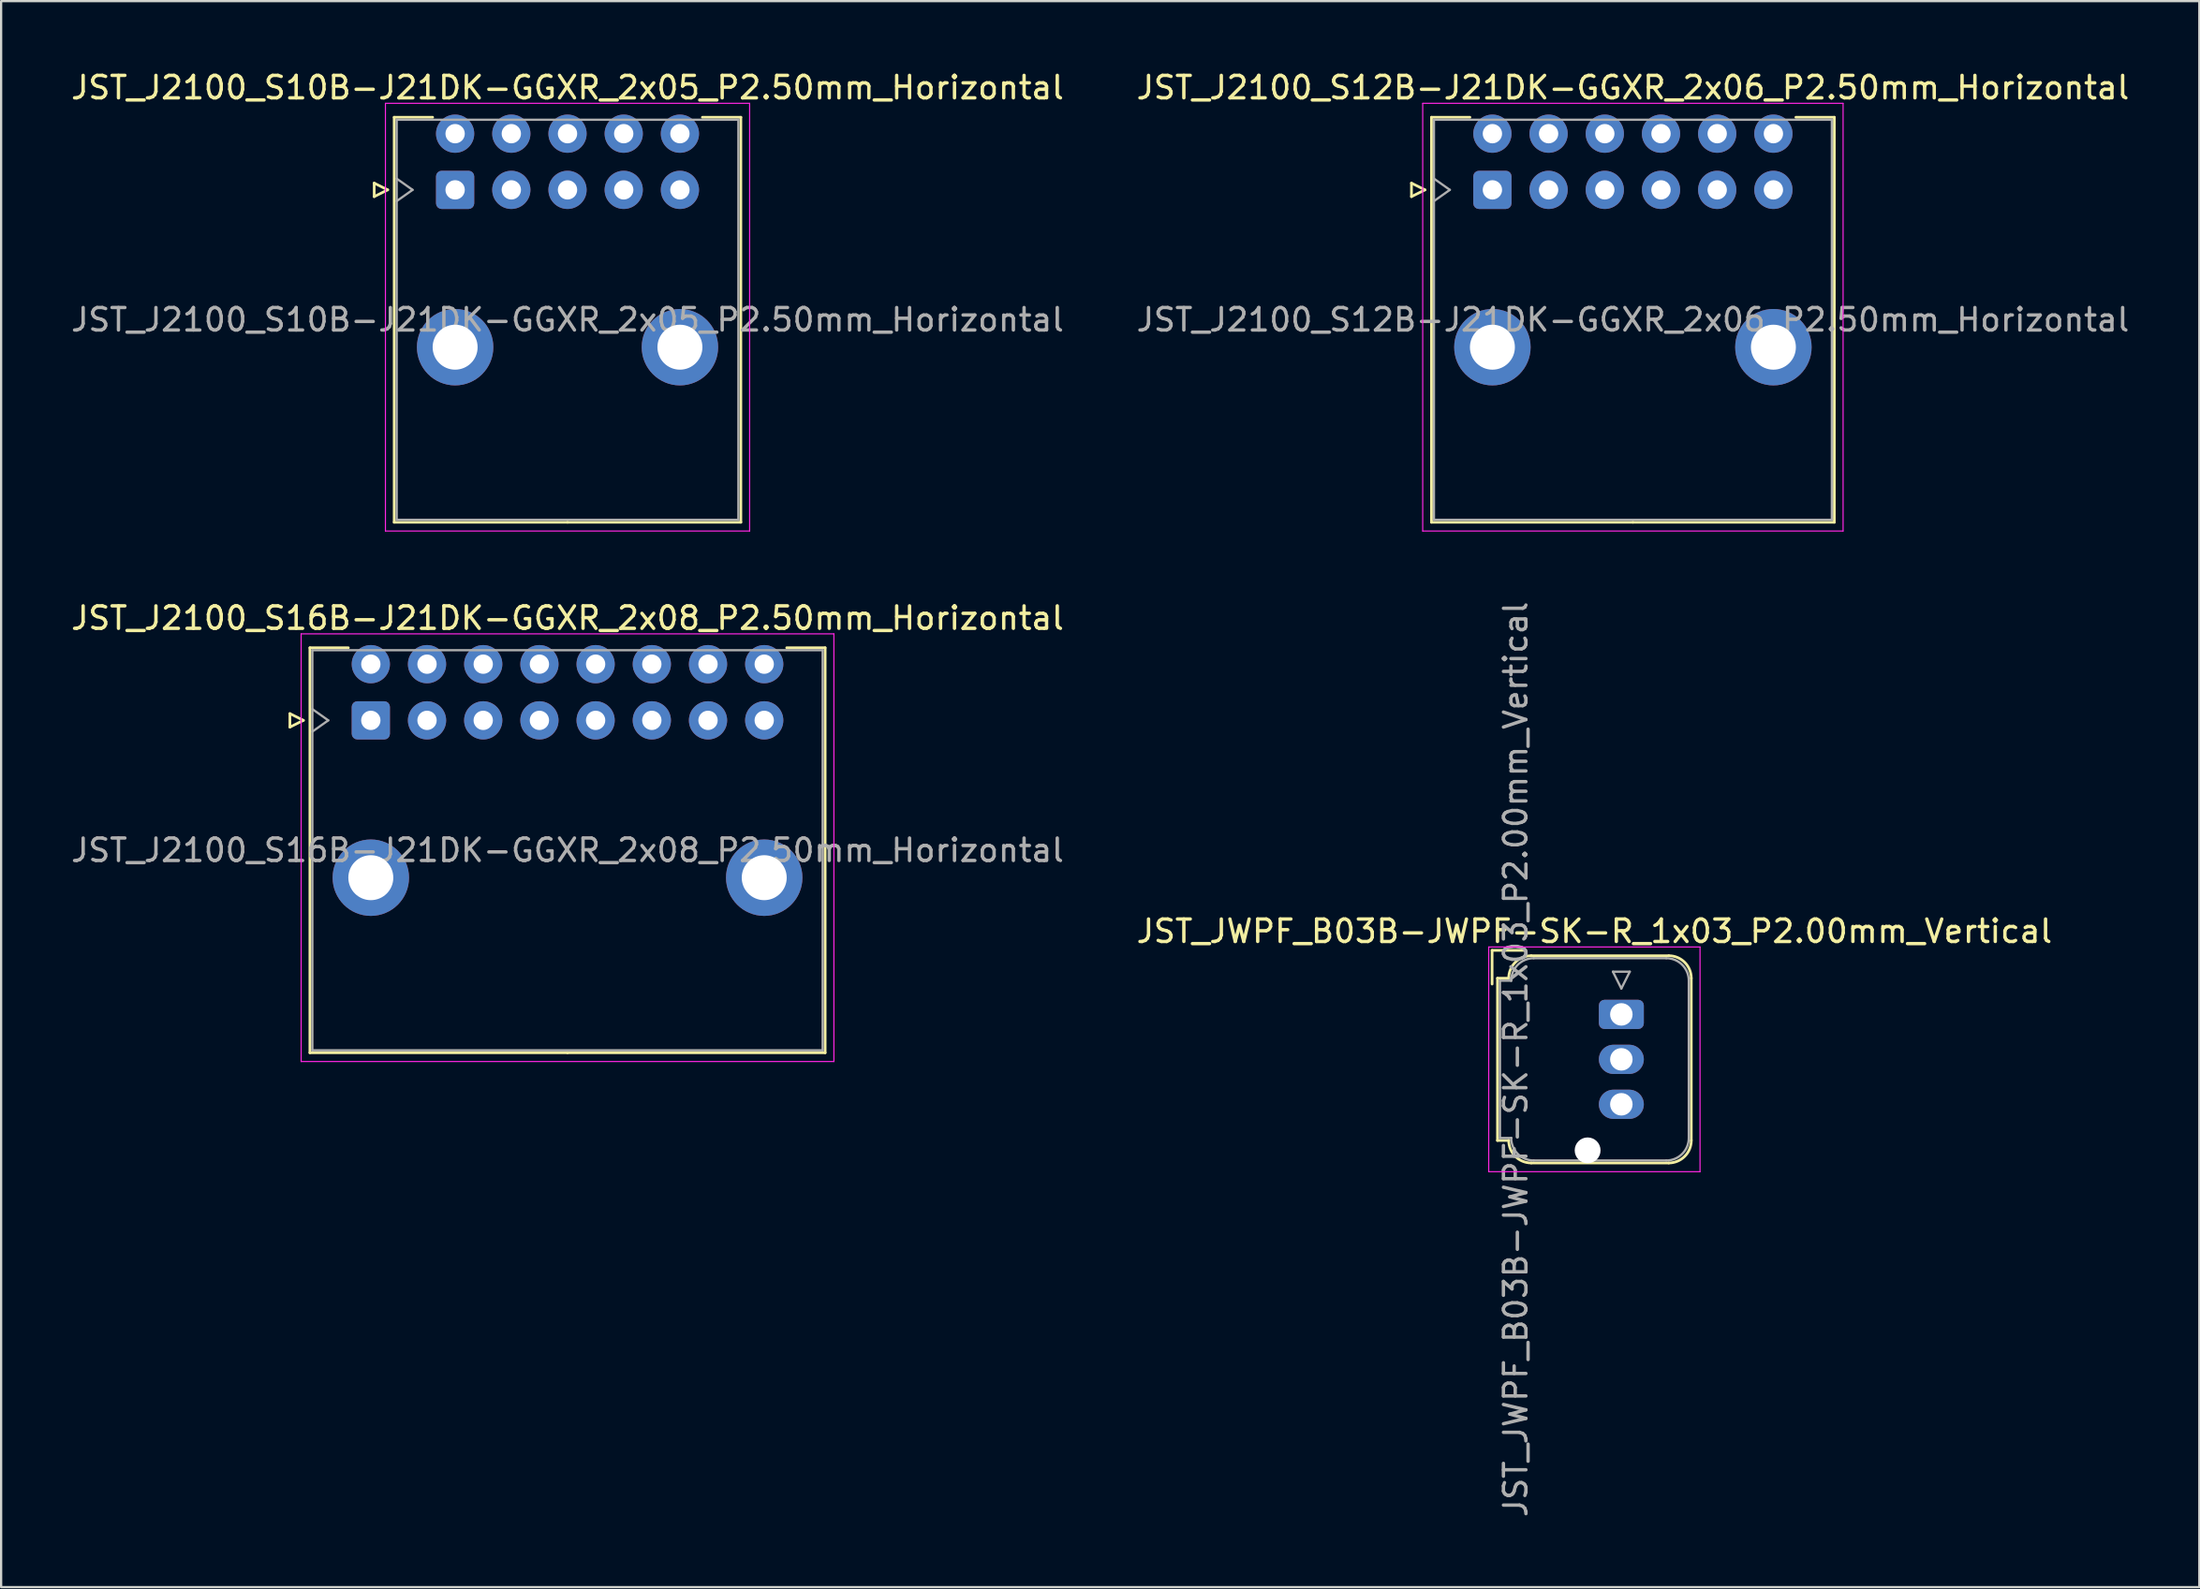
<source format=kicad_pcb>
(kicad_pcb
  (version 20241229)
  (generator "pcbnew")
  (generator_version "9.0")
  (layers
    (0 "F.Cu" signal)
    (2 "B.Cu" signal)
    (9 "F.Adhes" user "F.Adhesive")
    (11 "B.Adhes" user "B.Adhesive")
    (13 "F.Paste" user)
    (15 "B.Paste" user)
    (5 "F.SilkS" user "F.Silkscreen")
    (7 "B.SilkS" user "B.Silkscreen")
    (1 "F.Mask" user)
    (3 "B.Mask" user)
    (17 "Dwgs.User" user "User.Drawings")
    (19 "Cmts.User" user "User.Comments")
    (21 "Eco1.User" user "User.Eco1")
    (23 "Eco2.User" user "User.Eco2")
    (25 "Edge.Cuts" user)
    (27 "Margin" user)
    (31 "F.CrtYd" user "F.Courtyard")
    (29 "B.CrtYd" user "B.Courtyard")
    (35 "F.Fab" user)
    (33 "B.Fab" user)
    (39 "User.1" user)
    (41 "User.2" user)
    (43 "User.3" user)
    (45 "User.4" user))
  (footprint "JST_JWPF_B03B-JWPF-SK-R_1x03_P2.00mm_Vertical"
    (layer "F.Cu")
    (at 69.075 42.085)
    (property "Reference" "JST_JWPF_B03B-JWPF-SK-R_1x03_P2.00mm_Vertical" (at -1.2 -3.7 0) (layer "F.SilkS") (effects (font (size 1 1) (thickness 0.15))))
    (attr through_hole)
    (fp_line (start -5.75 -2.85) (end -4.25 -2.85) (stroke (width 0.12) (type solid)) (layer "F.SilkS"))
    (fp_line (start -5.75 -1.35) (end -5.75 -2.85) (stroke (width 0.12) (type solid)) (layer "F.SilkS"))
    (fp_line (start -5.51 -1.61) (end -5.51 5.61) (stroke (width 0.12) (type solid)) (layer "F.SilkS"))
    (fp_line (start -5.51 5.61) (end -5.01 5.61) (stroke (width 0.12) (type solid)) (layer "F.SilkS"))
    (fp_line (start -5.01 -1.61) (end -5.51 -1.61) (stroke (width 0.12) (type solid)) (layer "F.SilkS"))
    (fp_line (start -5.01 -1.61) (end -5.01 -1.61) (stroke (width 0.12) (type solid)) (layer "F.SilkS"))
    (fp_line (start -5.01 5.61) (end -5.01 5.61) (stroke (width 0.12) (type solid)) (layer "F.SilkS"))
    (fp_line (start -4.01 -2.61) (end 2.11 -2.61) (stroke (width 0.12) (type solid)) (layer "F.SilkS"))
    (fp_line (start -4.01 6.61) (end 2.11 6.61) (stroke (width 0.12) (type solid)) (layer "F.SilkS"))
    (fp_line (start 3.11 -1.61) (end 3.11 5.61) (stroke (width 0.12) (type solid)) (layer "F.SilkS"))
    (fp_arc (start -5.01 -1.61) (mid -4.717107 -2.317107) (end -4.01 -2.61) (stroke (width 0.12) (type solid)) (layer "F.SilkS"))
    (fp_arc (start -4.01 6.61) (mid -4.717107 6.317107) (end -5.01 5.61) (stroke (width 0.12) (type solid)) (layer "F.SilkS"))
    (fp_arc (start 2.11 -2.61) (mid 2.817107 -2.317107) (end 3.11 -1.61) (stroke (width 0.12) (type solid)) (layer "F.SilkS"))
    (fp_arc (start 3.11 5.61) (mid 2.817107 6.317107) (end 2.11 6.61) (stroke (width 0.12) (type solid)) (layer "F.SilkS"))
    (fp_line (start -5.9 -3) (end -5.9 7) (stroke (width 0.05) (type solid)) (layer "F.CrtYd"))
    (fp_line (start -5.9 7) (end 3.5 7) (stroke (width 0.05) (type solid)) (layer "F.CrtYd"))
    (fp_line (start 3.5 -3) (end -5.9 -3) (stroke (width 0.05) (type solid)) (layer "F.CrtYd"))
    (fp_line (start 3.5 7) (end 3.5 -3) (stroke (width 0.05) (type solid)) (layer "F.CrtYd"))
    (fp_line (start -5.4 -1.5) (end -5.4 5.5) (stroke (width 0.1) (type solid)) (layer "F.Fab"))
    (fp_line (start -5.4 5.5) (end -4.9 5.5) (stroke (width 0.1) (type solid)) (layer "F.Fab"))
    (fp_line (start -4.9 -1.5) (end -5.4 -1.5) (stroke (width 0.1) (type solid)) (layer "F.Fab"))
    (fp_line (start -4.9 -1.5) (end -4.9 -1.5) (stroke (width 0.1) (type solid)) (layer "F.Fab"))
    (fp_line (start -4.9 5.5) (end -4.9 5.5) (stroke (width 0.1) (type solid)) (layer "F.Fab"))
    (fp_line (start -3.9 -2.5) (end 2 -2.5) (stroke (width 0.1) (type solid)) (layer "F.Fab"))
    (fp_line (start -3.9 6.5) (end 2 6.5) (stroke (width 0.1) (type solid)) (layer "F.Fab"))
    (fp_line (start -0.375 -1.9) (end 0.375 -1.9) (stroke (width 0.1) (type solid)) (layer "F.Fab"))
    (fp_line (start 0 -1.15) (end -0.375 -1.9) (stroke (width 0.1) (type solid)) (layer "F.Fab"))
    (fp_line (start 0.375 -1.9) (end 0 -1.15) (stroke (width 0.1) (type solid)) (layer "F.Fab"))
    (fp_line (start 3 -1.5) (end 3 5.5) (stroke (width 0.1) (type solid)) (layer "F.Fab"))
    (fp_arc (start -4.9 -1.5) (mid -4.607107 -2.207107) (end -3.9 -2.5) (stroke (width 0.1) (type solid)) (layer "F.Fab"))
    (fp_arc (start -3.9 6.5) (mid -4.607107 6.207107) (end -4.9 5.5) (stroke (width 0.1) (type solid)) (layer "F.Fab"))
    (fp_arc (start 2 -2.5) (mid 2.707107 -2.207107) (end 3 -1.5) (stroke (width 0.1) (type solid)) (layer "F.Fab"))
    (fp_arc (start 3 5.5) (mid 2.707107 6.207107) (end 2 6.5) (stroke (width 0.1) (type solid)) (layer "F.Fab"))
    (fp_text user "${REFERENCE}" (at -4.7 2 90) (layer "F.Fab") (effects (font (size 1 1) (thickness 0.15))))
    (pad "" np_thru_hole circle (at -1.5 6.05) (size 1.15 1.15) (drill 1.15) (layers "*.Cu" "*.Mask"))
    (pad "1" thru_hole roundrect (at 0 0) (size 2 1.3) (drill 1) (layers "*.Cu" "*.Mask") (roundrect_rratio 0.192))
    (pad "2" thru_hole oval (at 0 2) (size 2 1.3) (drill 1) (layers "*.Cu" "*.Mask"))
    (pad "3" thru_hole oval (at 0 4) (size 2 1.3) (drill 1) (layers "*.Cu" "*.Mask")))
  (footprint "JST_J2100_S16B-J21DK-GGXR_2x08_P2.50mm_Horizontal"
    (layer "F.Cu")
    (at 13.446 29.002)
    (property "Reference" "JST_J2100_S16B-J21DK-GGXR_2x08_P2.50mm_Horizontal" (at 8.75 -4.55 0) (layer "F.SilkS") (effects (font (size 1 1) (thickness 0.15))))
    (attr through_hole)
    (fp_line (start -3.6 -0.3) (end -3 0) (stroke (width 0.12) (type solid)) (layer "F.SilkS"))
    (fp_line (start -3.6 0.3) (end -3.6 -0.3) (stroke (width 0.12) (type solid)) (layer "F.SilkS"))
    (fp_line (start -3 0) (end -3.6 0.3) (stroke (width 0.12) (type solid)) (layer "F.SilkS"))
    (fp_line (start -2.71 -3.23) (end -2.71 14.79) (stroke (width 0.12) (type solid)) (layer "F.SilkS"))
    (fp_line (start -2.71 14.79) (end 8.75 14.79) (stroke (width 0.12) (type solid)) (layer "F.SilkS"))
    (fp_line (start -1 -3.23) (end -2.71 -3.23) (stroke (width 0.12) (type solid)) (layer "F.SilkS"))
    (fp_line (start 18.5 -3.23) (end 20.21 -3.23) (stroke (width 0.12) (type solid)) (layer "F.SilkS"))
    (fp_line (start 20.21 -3.23) (end 20.21 14.79) (stroke (width 0.12) (type solid)) (layer "F.SilkS"))
    (fp_line (start 20.21 14.79) (end 8.75 14.79) (stroke (width 0.12) (type solid)) (layer "F.SilkS"))
    (fp_line (start -3.1 -3.85) (end -3.1 15.18) (stroke (width 0.05) (type solid)) (layer "F.CrtYd"))
    (fp_line (start -3.1 15.18) (end 20.6 15.18) (stroke (width 0.05) (type solid)) (layer "F.CrtYd"))
    (fp_line (start 20.6 -3.85) (end -3.1 -3.85) (stroke (width 0.05) (type solid)) (layer "F.CrtYd"))
    (fp_line (start 20.6 15.18) (end 20.6 -3.85) (stroke (width 0.05) (type solid)) (layer "F.CrtYd"))
    (fp_line (start -2.6 -3.12) (end -2.6 14.68) (stroke (width 0.1) (type solid)) (layer "F.Fab"))
    (fp_line (start -2.6 0.5) (end -1.893 0) (stroke (width 0.1) (type solid)) (layer "F.Fab"))
    (fp_line (start -2.6 14.68) (end 20.1 14.68) (stroke (width 0.1) (type solid)) (layer "F.Fab"))
    (fp_line (start -1.893 0) (end -2.6 -0.5) (stroke (width 0.1) (type solid)) (layer "F.Fab"))
    (fp_line (start 20.1 -3.12) (end -2.6 -3.12) (stroke (width 0.1) (type solid)) (layer "F.Fab"))
    (fp_line (start 20.1 14.68) (end 20.1 -3.12) (stroke (width 0.1) (type solid)) (layer "F.Fab"))
    (fp_text user "${REFERENCE}" (at 8.75 5.78 0) (layer "F.Fab") (effects (font (size 1 1) (thickness 0.15))))
    (pad "" thru_hole circle (at 0 7) (size 3.4 3.4) (drill 2) (layers "*.Cu" "*.Mask"))
    (pad "" thru_hole circle (at 17.5 7) (size 3.4 3.4) (drill 2) (layers "*.Cu" "*.Mask"))
    (pad "1" thru_hole roundrect (at 0 0) (size 1.7 1.7) (drill 0.86) (layers "*.Cu" "*.Mask") (roundrect_rratio 0.147))
    (pad "2" thru_hole circle (at 2.5 0) (size 1.7 1.7) (drill 0.86) (layers "*.Cu" "*.Mask"))
    (pad "3" thru_hole circle (at 5 0) (size 1.7 1.7) (drill 0.86) (layers "*.Cu" "*.Mask"))
    (pad "4" thru_hole circle (at 7.5 0) (size 1.7 1.7) (drill 0.86) (layers "*.Cu" "*.Mask"))
    (pad "5" thru_hole circle (at 10 0) (size 1.7 1.7) (drill 0.86) (layers "*.Cu" "*.Mask"))
    (pad "6" thru_hole circle (at 12.5 0) (size 1.7 1.7) (drill 0.86) (layers "*.Cu" "*.Mask"))
    (pad "7" thru_hole circle (at 15 0) (size 1.7 1.7) (drill 0.86) (layers "*.Cu" "*.Mask"))
    (pad "8" thru_hole circle (at 17.5 0) (size 1.7 1.7) (drill 0.86) (layers "*.Cu" "*.Mask"))
    (pad "9" thru_hole circle (at 0 -2.5) (size 1.7 1.7) (drill 0.86) (layers "*.Cu" "*.Mask"))
    (pad "10" thru_hole circle (at 2.5 -2.5) (size 1.7 1.7) (drill 0.86) (layers "*.Cu" "*.Mask"))
    (pad "11" thru_hole circle (at 5 -2.5) (size 1.7 1.7) (drill 0.86) (layers "*.Cu" "*.Mask"))
    (pad "12" thru_hole circle (at 7.5 -2.5) (size 1.7 1.7) (drill 0.86) (layers "*.Cu" "*.Mask"))
    (pad "13" thru_hole circle (at 10 -2.5) (size 1.7 1.7) (drill 0.86) (layers "*.Cu" "*.Mask"))
    (pad "14" thru_hole circle (at 12.5 -2.5) (size 1.7 1.7) (drill 0.86) (layers "*.Cu" "*.Mask"))
    (pad "15" thru_hole circle (at 15 -2.5) (size 1.7 1.7) (drill 0.86) (layers "*.Cu" "*.Mask"))
    (pad "16" thru_hole circle (at 17.5 -2.5) (size 1.7 1.7) (drill 0.86) (layers "*.Cu" "*.Mask")))
  (footprint "JST_J2100_S10B-J21DK-GGXR_2x05_P2.50mm_Horizontal"
    (layer "F.Cu")
    (at 17.196 5.398)
    (property "Reference" "JST_J2100_S10B-J21DK-GGXR_2x05_P2.50mm_Horizontal" (at 5 -4.55 0) (layer "F.SilkS") (effects (font (size 1 1) (thickness 0.15))))
    (attr through_hole)
    (fp_line (start -3.6 -0.3) (end -3 0) (stroke (width 0.12) (type solid)) (layer "F.SilkS"))
    (fp_line (start -3.6 0.3) (end -3.6 -0.3) (stroke (width 0.12) (type solid)) (layer "F.SilkS"))
    (fp_line (start -3 0) (end -3.6 0.3) (stroke (width 0.12) (type solid)) (layer "F.SilkS"))
    (fp_line (start -2.71 -3.23) (end -2.71 14.79) (stroke (width 0.12) (type solid)) (layer "F.SilkS"))
    (fp_line (start -2.71 14.79) (end 5 14.79) (stroke (width 0.12) (type solid)) (layer "F.SilkS"))
    (fp_line (start -1 -3.23) (end -2.71 -3.23) (stroke (width 0.12) (type solid)) (layer "F.SilkS"))
    (fp_line (start 11 -3.23) (end 12.71 -3.23) (stroke (width 0.12) (type solid)) (layer "F.SilkS"))
    (fp_line (start 12.71 -3.23) (end 12.71 14.79) (stroke (width 0.12) (type solid)) (layer "F.SilkS"))
    (fp_line (start 12.71 14.79) (end 5 14.79) (stroke (width 0.12) (type solid)) (layer "F.SilkS"))
    (fp_line (start -3.1 -3.85) (end -3.1 15.18) (stroke (width 0.05) (type solid)) (layer "F.CrtYd"))
    (fp_line (start -3.1 15.18) (end 13.1 15.18) (stroke (width 0.05) (type solid)) (layer "F.CrtYd"))
    (fp_line (start 13.1 -3.85) (end -3.1 -3.85) (stroke (width 0.05) (type solid)) (layer "F.CrtYd"))
    (fp_line (start 13.1 15.18) (end 13.1 -3.85) (stroke (width 0.05) (type solid)) (layer "F.CrtYd"))
    (fp_line (start -2.6 -3.12) (end -2.6 14.68) (stroke (width 0.1) (type solid)) (layer "F.Fab"))
    (fp_line (start -2.6 0.5) (end -1.893 0) (stroke (width 0.1) (type solid)) (layer "F.Fab"))
    (fp_line (start -2.6 14.68) (end 12.6 14.68) (stroke (width 0.1) (type solid)) (layer "F.Fab"))
    (fp_line (start -1.893 0) (end -2.6 -0.5) (stroke (width 0.1) (type solid)) (layer "F.Fab"))
    (fp_line (start 12.6 -3.12) (end -2.6 -3.12) (stroke (width 0.1) (type solid)) (layer "F.Fab"))
    (fp_line (start 12.6 14.68) (end 12.6 -3.12) (stroke (width 0.1) (type solid)) (layer "F.Fab"))
    (fp_text user "${REFERENCE}" (at 5 5.78 0) (layer "F.Fab") (effects (font (size 1 1) (thickness 0.15))))
    (pad "" thru_hole circle (at 0 7) (size 3.4 3.4) (drill 2) (layers "*.Cu" "*.Mask"))
    (pad "" thru_hole circle (at 10 7) (size 3.4 3.4) (drill 2) (layers "*.Cu" "*.Mask"))
    (pad "1" thru_hole roundrect (at 0 0) (size 1.7 1.7) (drill 0.86) (layers "*.Cu" "*.Mask") (roundrect_rratio 0.147))
    (pad "2" thru_hole circle (at 2.5 0) (size 1.7 1.7) (drill 0.86) (layers "*.Cu" "*.Mask"))
    (pad "3" thru_hole circle (at 5 0) (size 1.7 1.7) (drill 0.86) (layers "*.Cu" "*.Mask"))
    (pad "4" thru_hole circle (at 7.5 0) (size 1.7 1.7) (drill 0.86) (layers "*.Cu" "*.Mask"))
    (pad "5" thru_hole circle (at 10 0) (size 1.7 1.7) (drill 0.86) (layers "*.Cu" "*.Mask"))
    (pad "6" thru_hole circle (at 0 -2.5) (size 1.7 1.7) (drill 0.86) (layers "*.Cu" "*.Mask"))
    (pad "7" thru_hole circle (at 2.5 -2.5) (size 1.7 1.7) (drill 0.86) (layers "*.Cu" "*.Mask"))
    (pad "8" thru_hole circle (at 5 -2.5) (size 1.7 1.7) (drill 0.86) (layers "*.Cu" "*.Mask"))
    (pad "9" thru_hole circle (at 7.5 -2.5) (size 1.7 1.7) (drill 0.86) (layers "*.Cu" "*.Mask"))
    (pad "10" thru_hole circle (at 10 -2.5) (size 1.7 1.7) (drill 0.86) (layers "*.Cu" "*.Mask")))
  (footprint "JST_J2100_S12B-J21DK-GGXR_2x06_P2.50mm_Horizontal"
    (layer "F.Cu")
    (at 63.339 5.398)
    (property "Reference" "JST_J2100_S12B-J21DK-GGXR_2x06_P2.50mm_Horizontal" (at 6.25 -4.55 0) (layer "F.SilkS") (effects (font (size 1 1) (thickness 0.15))))
    (attr through_hole)
    (fp_line (start -3.6 -0.3) (end -3 0) (stroke (width 0.12) (type solid)) (layer "F.SilkS"))
    (fp_line (start -3.6 0.3) (end -3.6 -0.3) (stroke (width 0.12) (type solid)) (layer "F.SilkS"))
    (fp_line (start -3 0) (end -3.6 0.3) (stroke (width 0.12) (type solid)) (layer "F.SilkS"))
    (fp_line (start -2.71 -3.23) (end -2.71 14.79) (stroke (width 0.12) (type solid)) (layer "F.SilkS"))
    (fp_line (start -2.71 14.79) (end 6.25 14.79) (stroke (width 0.12) (type solid)) (layer "F.SilkS"))
    (fp_line (start -1 -3.23) (end -2.71 -3.23) (stroke (width 0.12) (type solid)) (layer "F.SilkS"))
    (fp_line (start 13.5 -3.23) (end 15.21 -3.23) (stroke (width 0.12) (type solid)) (layer "F.SilkS"))
    (fp_line (start 15.21 -3.23) (end 15.21 14.79) (stroke (width 0.12) (type solid)) (layer "F.SilkS"))
    (fp_line (start 15.21 14.79) (end 6.25 14.79) (stroke (width 0.12) (type solid)) (layer "F.SilkS"))
    (fp_line (start -3.1 -3.85) (end -3.1 15.18) (stroke (width 0.05) (type solid)) (layer "F.CrtYd"))
    (fp_line (start -3.1 15.18) (end 15.6 15.18) (stroke (width 0.05) (type solid)) (layer "F.CrtYd"))
    (fp_line (start 15.6 -3.85) (end -3.1 -3.85) (stroke (width 0.05) (type solid)) (layer "F.CrtYd"))
    (fp_line (start 15.6 15.18) (end 15.6 -3.85) (stroke (width 0.05) (type solid)) (layer "F.CrtYd"))
    (fp_line (start -2.6 -3.12) (end -2.6 14.68) (stroke (width 0.1) (type solid)) (layer "F.Fab"))
    (fp_line (start -2.6 0.5) (end -1.893 0) (stroke (width 0.1) (type solid)) (layer "F.Fab"))
    (fp_line (start -2.6 14.68) (end 15.1 14.68) (stroke (width 0.1) (type solid)) (layer "F.Fab"))
    (fp_line (start -1.893 0) (end -2.6 -0.5) (stroke (width 0.1) (type solid)) (layer "F.Fab"))
    (fp_line (start 15.1 -3.12) (end -2.6 -3.12) (stroke (width 0.1) (type solid)) (layer "F.Fab"))
    (fp_line (start 15.1 14.68) (end 15.1 -3.12) (stroke (width 0.1) (type solid)) (layer "F.Fab"))
    (fp_text user "${REFERENCE}" (at 6.25 5.78 0) (layer "F.Fab") (effects (font (size 1 1) (thickness 0.15))))
    (pad "" thru_hole circle (at 0 7) (size 3.4 3.4) (drill 2) (layers "*.Cu" "*.Mask"))
    (pad "" thru_hole circle (at 12.5 7) (size 3.4 3.4) (drill 2) (layers "*.Cu" "*.Mask"))
    (pad "1" thru_hole roundrect (at 0 0) (size 1.7 1.7) (drill 0.86) (layers "*.Cu" "*.Mask") (roundrect_rratio 0.147))
    (pad "2" thru_hole circle (at 2.5 0) (size 1.7 1.7) (drill 0.86) (layers "*.Cu" "*.Mask"))
    (pad "3" thru_hole circle (at 5 0) (size 1.7 1.7) (drill 0.86) (layers "*.Cu" "*.Mask"))
    (pad "4" thru_hole circle (at 7.5 0) (size 1.7 1.7) (drill 0.86) (layers "*.Cu" "*.Mask"))
    (pad "5" thru_hole circle (at 10 0) (size 1.7 1.7) (drill 0.86) (layers "*.Cu" "*.Mask"))
    (pad "6" thru_hole circle (at 12.5 0) (size 1.7 1.7) (drill 0.86) (layers "*.Cu" "*.Mask"))
    (pad "7" thru_hole circle (at 0 -2.5) (size 1.7 1.7) (drill 0.86) (layers "*.Cu" "*.Mask"))
    (pad "8" thru_hole circle (at 2.5 -2.5) (size 1.7 1.7) (drill 0.86) (layers "*.Cu" "*.Mask"))
    (pad "9" thru_hole circle (at 5 -2.5) (size 1.7 1.7) (drill 0.86) (layers "*.Cu" "*.Mask"))
    (pad "10" thru_hole circle (at 7.5 -2.5) (size 1.7 1.7) (drill 0.86) (layers "*.Cu" "*.Mask"))
    (pad "11" thru_hole circle (at 10 -2.5) (size 1.7 1.7) (drill 0.86) (layers "*.Cu" "*.Mask"))
    (pad "12" thru_hole circle (at 12.5 -2.5) (size 1.7 1.7) (drill 0.86) (layers "*.Cu" "*.Mask")))
  (gr_rect
    (start -3 -3)
    (end 94.786 67.568)
    (stroke (width 0.1) (type default))
    (fill no)
    (layer "Edge.Cuts")))
</source>
